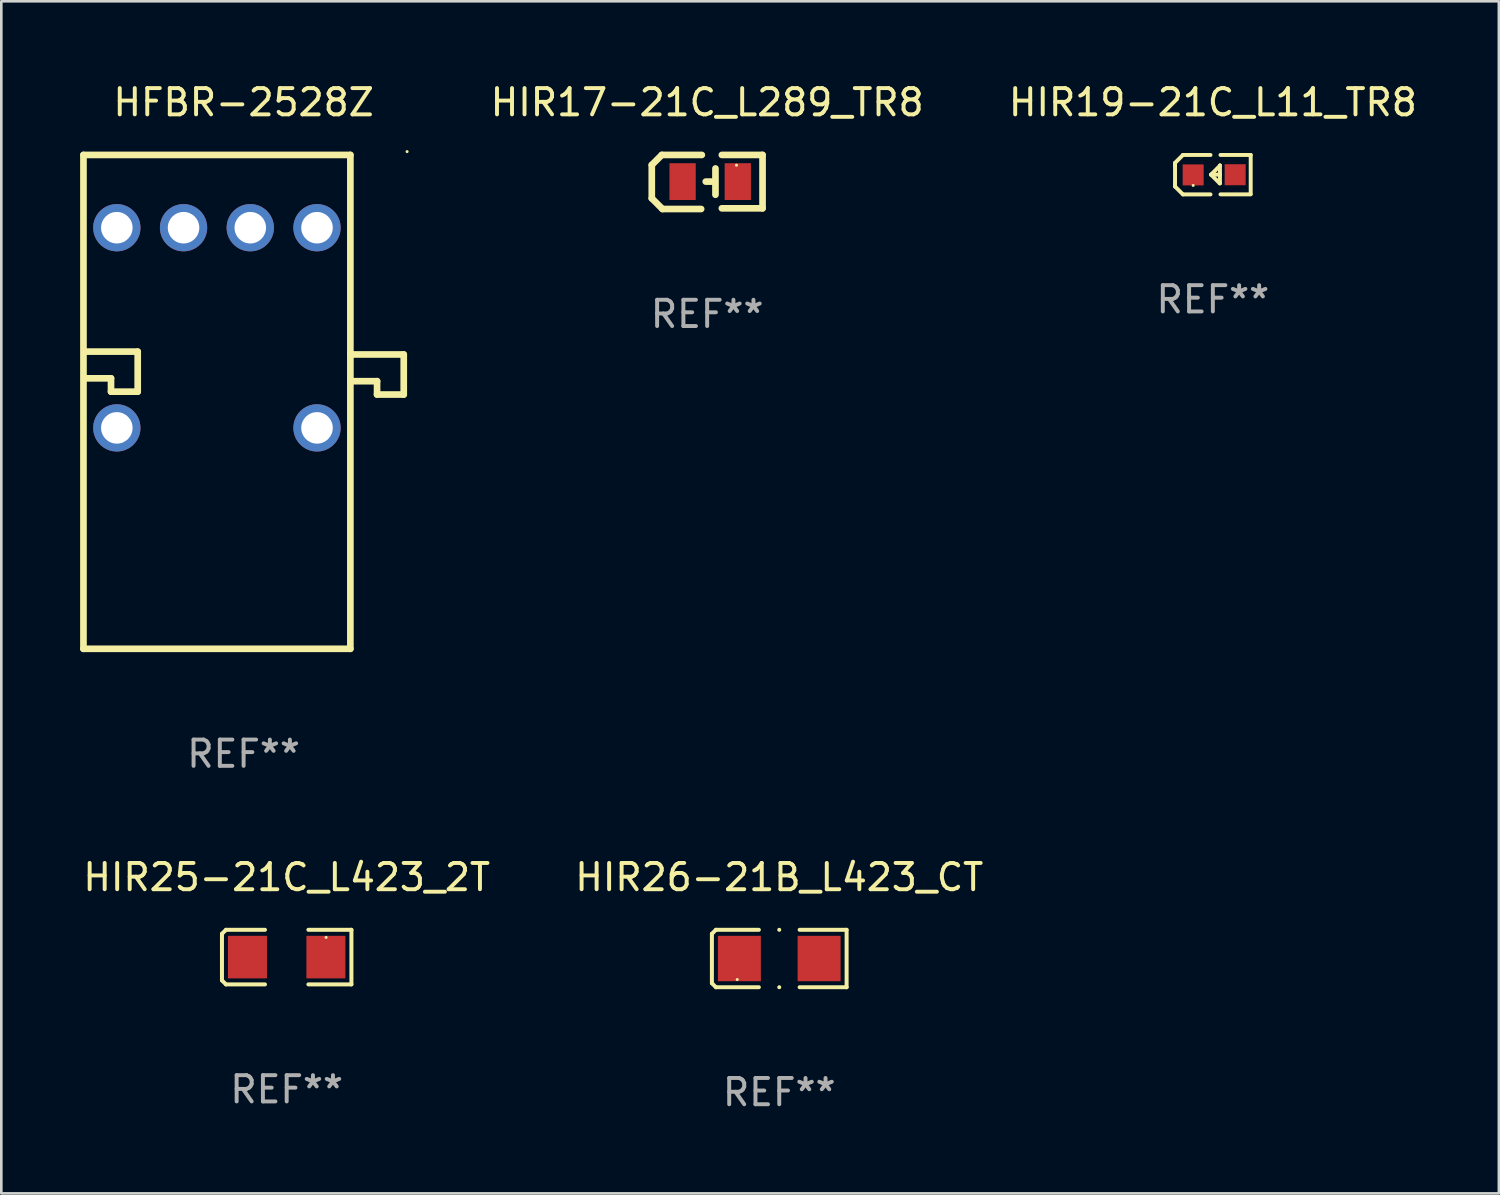
<source format=kicad_pcb>
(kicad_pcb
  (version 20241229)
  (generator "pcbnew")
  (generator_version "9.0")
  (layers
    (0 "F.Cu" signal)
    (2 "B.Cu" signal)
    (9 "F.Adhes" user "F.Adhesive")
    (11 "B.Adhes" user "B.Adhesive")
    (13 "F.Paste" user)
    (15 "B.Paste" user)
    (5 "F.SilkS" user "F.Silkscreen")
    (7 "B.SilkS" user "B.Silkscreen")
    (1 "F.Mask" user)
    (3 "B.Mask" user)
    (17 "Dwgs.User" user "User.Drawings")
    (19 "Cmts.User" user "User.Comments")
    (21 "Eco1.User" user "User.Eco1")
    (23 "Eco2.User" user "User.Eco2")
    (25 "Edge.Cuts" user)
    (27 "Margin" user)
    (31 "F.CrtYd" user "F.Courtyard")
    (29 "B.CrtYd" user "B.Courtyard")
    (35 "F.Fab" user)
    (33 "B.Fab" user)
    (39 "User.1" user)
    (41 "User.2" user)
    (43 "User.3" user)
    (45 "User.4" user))
  (footprint "HIR17-21C_L289_TR8"
    (layer "F.Cu")
    (at 23.869 3.877)
    (property "Reference" "HIR17-21C_L289_TR8" (at 0 -3.029 0) (layer "F.SilkS") (effects (font (size 1 1) (thickness 0.15))))
    (attr through_hole)
    (fp_line (start -2.108 -0.648) (end -1.727 -1.029) (stroke (width 0.254) (type solid)) (layer "F.SilkS"))
    (fp_line (start -2.108 0.622) (end -2.108 -0.648) (stroke (width 0.254) (type solid)) (layer "F.SilkS"))
    (fp_line (start -1.727 -1.029) (end -0.203 -1.029) (stroke (width 0.254) (type solid)) (layer "F.SilkS"))
    (fp_line (start -1.702 1.029) (end -2.108 0.622) (stroke (width 0.254) (type solid)) (layer "F.SilkS"))
    (fp_line (start -0.229 1.029) (end -1.702 1.029) (stroke (width 0.254) (type solid)) (layer "F.SilkS"))
    (fp_line (start 0.216 -0.014) (end -0.053 -0.014) (stroke (width 0.254) (type solid)) (layer "F.SilkS"))
    (fp_line (start 0.316 -0.514) (end 0.316 0.486) (stroke (width 0.254) (type solid)) (layer "F.SilkS"))
    (fp_line (start 0.559 1.003) (end 2.108 1.003) (stroke (width 0.254) (type solid)) (layer "F.SilkS"))
    (fp_line (start 2.108 -1.029) (end 0.559 -1.029) (stroke (width 0.254) (type solid)) (layer "F.SilkS"))
    (fp_line (start 2.108 1.003) (end 2.108 -1.029) (stroke (width 0.254) (type solid)) (layer "F.SilkS"))
    (fp_circle (center 1.116 -0.639) (end 1.146 -0.639) (stroke (width 0.06) (type solid)) (fill no) (layer "F.SilkS"))
    (fp_text user "REF**" (at 0 5.029 0) (layer "F.Fab") (effects (font (size 1 1) (thickness 0.15))))
    (pad "1" smd rect (at 1.166 -0.014 180) (size 1 1.4) (layers "F.Cu" "F.Mask" "F.Paste"))
    (pad "2" smd rect (at -0.935 -0.014 180) (size 1 1.4) (layers "F.Cu" "F.Mask" "F.Paste")))
  (footprint "HIR19-21C_L11_TR8"
    (layer "F.Cu")
    (at 43.119 3.599)
    (property "Reference" "HIR19-21C_L11_TR8" (at 0 -2.751 0) (layer "F.SilkS") (effects (font (size 1 1) (thickness 0.15))))
    (attr through_hole)
    (fp_line (start -1.44 -0.449) (end -1.14 -0.749) (stroke (width 0.15) (type solid)) (layer "F.SilkS"))
    (fp_line (start -1.44 -0.349) (end -1.44 -0.449) (stroke (width 0.15) (type solid)) (layer "F.SilkS"))
    (fp_line (start -1.44 -0.349) (end -1.44 0.351) (stroke (width 0.15) (type solid)) (layer "F.SilkS"))
    (fp_line (start -1.44 0.351) (end -1.44 0.451) (stroke (width 0.15) (type solid)) (layer "F.SilkS"))
    (fp_line (start -1.44 0.451) (end -1.14 0.751) (stroke (width 0.15) (type solid)) (layer "F.SilkS"))
    (fp_line (start -0.09 -0.749) (end -1.14 -0.749) (stroke (width 0.15) (type solid)) (layer "F.SilkS"))
    (fp_line (start -0.09 0.751) (end -1.14 0.751) (stroke (width 0.15) (type solid)) (layer "F.SilkS"))
    (fp_line (start 0.26 0.329) (end -0.07 -0.001) (stroke (width 0.15) (type solid)) (layer "F.SilkS"))
    (fp_line (start 0.27 -0.351) (end 0.27 -0.341) (stroke (width 0.15) (type solid)) (layer "F.SilkS"))
    (fp_line (start 0.27 -0.351) (end 0.27 0.329) (stroke (width 0.15) (type solid)) (layer "F.SilkS"))
    (fp_line (start 0.27 -0.341) (end -0.07 -0.001) (stroke (width 0.15) (type solid)) (layer "F.SilkS"))
    (fp_line (start 0.27 -0.001) (end -0.07 -0.001) (stroke (width 0.15) (type solid)) (layer "F.SilkS"))
    (fp_line (start 0.27 0.329) (end 0.26 0.329) (stroke (width 0.15) (type solid)) (layer "F.SilkS"))
    (fp_line (start 0.29 -0.751) (end 1.44 -0.751) (stroke (width 0.15) (type solid)) (layer "F.SilkS"))
    (fp_line (start 0.29 0.749) (end 1.44 0.749) (stroke (width 0.15) (type solid)) (layer "F.SilkS"))
    (fp_line (start 1.44 -0.751) (end 1.44 0.729) (stroke (width 0.15) (type solid)) (layer "F.SilkS"))
    (fp_circle (center -0.75 0.409) (end -0.72 0.409) (stroke (width 0.06) (type solid)) (fill no) (layer "F.SilkS"))
    (fp_text user "REF**" (at 0 4.751 0) (layer "F.Fab") (effects (font (size 1 1) (thickness 0.15))))
    (pad "1" smd rect (at -0.75 0.009 90) (size 0.8 0.8) (layers "F.Cu" "F.Mask" "F.Paste"))
    (pad "2" smd rect (at 0.849 0.002 90) (size 0.8 0.8) (layers "F.Cu" "F.Mask" "F.Paste")))
  (footprint "HIR26-21B_L423_CT"
    (layer "F.Cu")
    (at 26.613 33.437)
    (property "Reference" "HIR26-21B_L423_CT" (at 0 -3.093 0) (layer "F.SilkS") (effects (font (size 1 1) (thickness 0.15))))
    (attr through_hole)
    (fp_line (start -2.564 -0.94) (end -2.411 -1.093) (stroke (width 0.152) (type solid)) (layer "F.SilkS"))
    (fp_line (start -2.564 0.94) (end -2.564 -0.94) (stroke (width 0.152) (type solid)) (layer "F.SilkS"))
    (fp_line (start -2.411 -1.093) (end -0.776 -1.093) (stroke (width 0.152) (type solid)) (layer "F.SilkS"))
    (fp_line (start -2.411 1.093) (end -2.564 0.94) (stroke (width 0.152) (type solid)) (layer "F.SilkS"))
    (fp_line (start -0.776 1.093) (end -2.411 1.093) (stroke (width 0.152) (type solid)) (layer "F.SilkS"))
    (fp_line (start 0.776 1.093) (end 2.564 1.093) (stroke (width 0.152) (type solid)) (layer "F.SilkS"))
    (fp_line (start 2.564 -1.093) (end 0.776 -1.093) (stroke (width 0.152) (type solid)) (layer "F.SilkS"))
    (fp_line (start 2.564 1.093) (end 2.564 -1.093) (stroke (width 0.152) (type solid)) (layer "F.SilkS"))
    (fp_circle (center -1.6 0.8) (end -1.57 0.8) (stroke (width 0.06) (type solid)) (fill no) (layer "F.SilkS"))
    (fp_circle (center 0 -1.093) (end 0.038 -1.093) (stroke (width 0.076) (type solid)) (fill no) (layer "F.SilkS"))
    (fp_circle (center 0 1.093) (end 0.038 1.093) (stroke (width 0.076) (type solid)) (fill no) (layer "F.SilkS"))
    (fp_text user "REF**" (at 0 5.093 0) (layer "F.Fab") (effects (font (size 1 1) (thickness 0.15))))
    (pad "1" smd rect (at -1.517 0) (size 1.635 1.728) (layers "F.Cu" "F.Mask" "F.Paste"))
    (pad "2" smd rect (at 1.517 0) (size 1.635 1.728) (layers "F.Cu" "F.Mask" "F.Paste")))
  (footprint "HIR25-21C_L423_2T"
    (layer "F.Cu")
    (at 7.863 33.383)
    (property "Reference" "HIR25-21C_L423_2T" (at 0 -3.039 0) (layer "F.SilkS") (effects (font (size 1 1) (thickness 0.15))))
    (attr through_hole)
    (fp_line (start -2.464 -0.886) (end -2.311 -1.039) (stroke (width 0.152) (type solid)) (layer "F.SilkS"))
    (fp_line (start -2.464 0.886) (end -2.464 -0.886) (stroke (width 0.152) (type solid)) (layer "F.SilkS"))
    (fp_line (start -2.311 -1.039) (end -0.826 -1.039) (stroke (width 0.152) (type solid)) (layer "F.SilkS"))
    (fp_line (start -2.311 1.039) (end -2.464 0.886) (stroke (width 0.152) (type solid)) (layer "F.SilkS"))
    (fp_line (start -0.826 1.039) (end -2.311 1.039) (stroke (width 0.152) (type solid)) (layer "F.SilkS"))
    (fp_line (start 0.826 1.039) (end 2.464 1.039) (stroke (width 0.152) (type solid)) (layer "F.SilkS"))
    (fp_line (start 2.464 -1.039) (end 0.826 -1.039) (stroke (width 0.152) (type solid)) (layer "F.SilkS"))
    (fp_line (start 2.464 1.039) (end 2.464 -1.039) (stroke (width 0.152) (type solid)) (layer "F.SilkS"))
    (fp_circle (center 1.5 -0.75) (end 1.53 -0.75) (stroke (width 0.06) (type solid)) (fill no) (layer "F.SilkS"))
    (fp_text user "REF**" (at 0 5.039 0) (layer "F.Fab") (effects (font (size 1 1) (thickness 0.15))))
    (pad "1" smd rect (at 1.493 0) (size 1.485 1.62) (layers "F.Cu" "F.Mask" "F.Paste"))
    (pad "2" smd rect (at -1.493 0) (size 1.485 1.62) (layers "F.Cu" "F.Mask" "F.Paste")))
  (footprint "HFBR-2528Z"
    (layer "F.Cu")
    (at 6.223 12.248)
    (property "Reference" "HFBR-2528Z" (at 0 -11.4 0) (layer "F.SilkS") (effects (font (size 1 1) (thickness 0.15))))
    (attr through_hole)
    (fp_line (start -6.096 -9.4) (end -6.096 9.4) (stroke (width 0.254) (type solid)) (layer "F.SilkS"))
    (fp_line (start -6.096 -9.4) (end 4.064 -9.4) (stroke (width 0.254) (type solid)) (layer "F.SilkS"))
    (fp_line (start -6.096 9.4) (end 4.064 9.4) (stroke (width 0.254) (type solid)) (layer "F.SilkS"))
    (fp_line (start -6.063 -1.913) (end -4.031 -1.913) (stroke (width 0.254) (type solid)) (layer "F.SilkS"))
    (fp_line (start -5.047 -0.897) (end -6.063 -0.897) (stroke (width 0.254) (type solid)) (layer "F.SilkS"))
    (fp_line (start -5.047 -0.389) (end -5.047 -0.897) (stroke (width 0.254) (type solid)) (layer "F.SilkS"))
    (fp_line (start -4.031 -1.913) (end -4.031 -0.389) (stroke (width 0.254) (type solid)) (layer "F.SilkS"))
    (fp_line (start -4.031 -0.389) (end -5.047 -0.389) (stroke (width 0.254) (type solid)) (layer "F.SilkS"))
    (fp_line (start 4.064 -9.4) (end 4.064 9.4) (stroke (width 0.254) (type solid)) (layer "F.SilkS"))
    (fp_line (start 4.064 -1.804) (end 6.096 -1.804) (stroke (width 0.254) (type solid)) (layer "F.SilkS"))
    (fp_line (start 5.08 -0.788) (end 4.064 -0.788) (stroke (width 0.254) (type solid)) (layer "F.SilkS"))
    (fp_line (start 5.08 -0.28) (end 5.08 -0.788) (stroke (width 0.254) (type solid)) (layer "F.SilkS"))
    (fp_line (start 6.096 -1.804) (end 6.096 -0.28) (stroke (width 0.254) (type solid)) (layer "F.SilkS"))
    (fp_line (start 6.096 -0.28) (end 5.08 -0.28) (stroke (width 0.254) (type solid)) (layer "F.SilkS"))
    (fp_circle (center 6.223 -9.527) (end 6.253 -9.527) (stroke (width 0.06) (type solid)) (fill no) (layer "F.SilkS"))
    (fp_text user "REF**" (at 0 13.4 0) (layer "F.Fab") (effects (font (size 1 1) (thickness 0.15))))
    (pad "1" thru_hole circle (at 2.794 -6.63) (size 1.8 1.8) (drill 1.2) (layers "*.Cu" "*.Mask"))
    (pad "2" thru_hole circle (at 0.254 -6.63) (size 1.8 1.8) (drill 1.2) (layers "*.Cu" "*.Mask"))
    (pad "3" thru_hole circle (at -2.286 -6.63) (size 1.8 1.8) (drill 1.2) (layers "*.Cu" "*.Mask"))
    (pad "4" thru_hole circle (at -4.826 -6.63) (size 1.8 1.8) (drill 1.2) (layers "*.Cu" "*.Mask"))
    (pad "5" thru_hole circle (at -4.826 0.99) (size 1.8 1.8) (drill 1.2) (layers "*.Cu" "*.Mask"))
    (pad "8" thru_hole circle (at 2.794 0.99) (size 1.8 1.8) (drill 1.2) (layers "*.Cu" "*.Mask")))
  (gr_rect
    (start -3 -3)
    (end 54.006 42.378)
    (stroke (width 0.1) (type default))
    (fill no)
    (layer "Edge.Cuts")))
</source>
